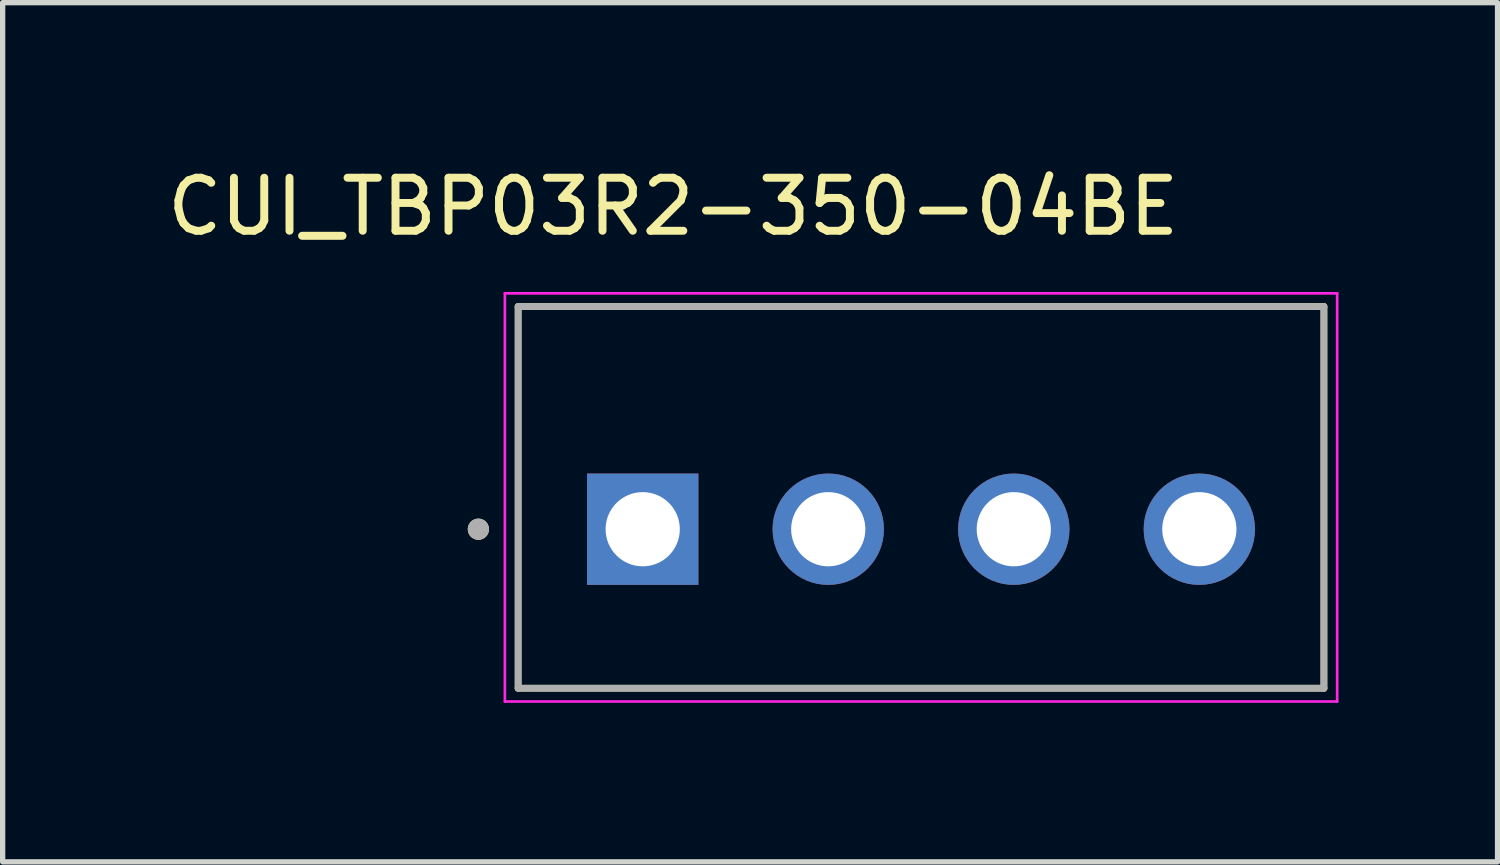
<source format=kicad_pcb>
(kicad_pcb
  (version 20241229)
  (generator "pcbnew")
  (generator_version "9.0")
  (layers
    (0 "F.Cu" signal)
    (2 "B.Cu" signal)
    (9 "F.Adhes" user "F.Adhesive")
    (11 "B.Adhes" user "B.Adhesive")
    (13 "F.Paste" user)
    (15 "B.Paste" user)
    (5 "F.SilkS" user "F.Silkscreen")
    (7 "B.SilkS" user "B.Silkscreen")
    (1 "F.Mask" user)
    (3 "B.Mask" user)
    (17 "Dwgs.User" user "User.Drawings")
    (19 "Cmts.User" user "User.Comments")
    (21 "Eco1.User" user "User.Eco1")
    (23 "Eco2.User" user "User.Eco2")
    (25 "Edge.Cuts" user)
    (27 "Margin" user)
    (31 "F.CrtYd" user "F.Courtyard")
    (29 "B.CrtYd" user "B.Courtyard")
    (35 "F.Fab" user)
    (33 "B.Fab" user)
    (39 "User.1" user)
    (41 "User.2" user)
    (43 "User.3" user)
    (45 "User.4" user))
  (footprint "CUI_TBP03R2-350-04BE"
    (layer "F.Cu")
    (at 9.074 6.933)
    (property "Reference" "CUI_TBP03R2-350-04BE" (at 0.575 -6.085 0) (layer "F.SilkS") (effects (font (size 1 1) (thickness 0.15))))
    (attr through_hole)
    (fp_line (start -2.35 -4.2) (end 12.85 -4.2) (stroke (width 0.127) (type solid)) (layer "F.SilkS"))
    (fp_line (start -2.35 3) (end -2.35 -4.2) (stroke (width 0.127) (type solid)) (layer "F.SilkS"))
    (fp_line (start 12.85 -4.2) (end 12.85 3) (stroke (width 0.127) (type solid)) (layer "F.SilkS"))
    (fp_line (start 12.85 3) (end -2.35 3) (stroke (width 0.127) (type solid)) (layer "F.SilkS"))
    (fp_circle (center -3.1 0) (end -3 0) (stroke (width 0.2) (type solid)) (fill no) (layer "F.SilkS"))
    (fp_line (start -2.6 -4.45) (end -2.6 3.25) (stroke (width 0.05) (type solid)) (layer "F.CrtYd"))
    (fp_line (start -2.6 3.25) (end 13.1 3.25) (stroke (width 0.05) (type solid)) (layer "F.CrtYd"))
    (fp_line (start 13.1 -4.45) (end -2.6 -4.45) (stroke (width 0.05) (type solid)) (layer "F.CrtYd"))
    (fp_line (start 13.1 3.25) (end 13.1 -4.45) (stroke (width 0.05) (type solid)) (layer "F.CrtYd"))
    (fp_line (start -2.35 -4.2) (end 12.85 -4.2) (stroke (width 0.127) (type solid)) (layer "F.Fab"))
    (fp_line (start -2.35 3) (end -2.35 -4.2) (stroke (width 0.127) (type solid)) (layer "F.Fab"))
    (fp_line (start 12.85 -4.2) (end 12.85 3) (stroke (width 0.127) (type solid)) (layer "F.Fab"))
    (fp_line (start 12.85 3) (end -2.35 3) (stroke (width 0.127) (type solid)) (layer "F.Fab"))
    (fp_circle (center -3.1 0) (end -3 0) (stroke (width 0.2) (type solid)) (fill no) (layer "F.Fab"))
    (pad "1" thru_hole rect (at 0 0) (size 2.1 2.1) (drill 1.4) (layers "*.Cu" "*.Mask"))
    (pad "2" thru_hole circle (at 3.5 0) (size 2.1 2.1) (drill 1.4) (layers "*.Cu" "*.Mask"))
    (pad "3" thru_hole circle (at 7 0) (size 2.1 2.1) (drill 1.4) (layers "*.Cu" "*.Mask"))
    (pad "4" thru_hole circle (at 10.5 0) (size 2.1 2.1) (drill 1.4) (layers "*.Cu" "*.Mask")))
  (gr_rect
    (start -3 -3)
    (end 25.199 13.208)
    (stroke (width 0.1) (type default))
    (fill no)
    (layer "Edge.Cuts")))
</source>
